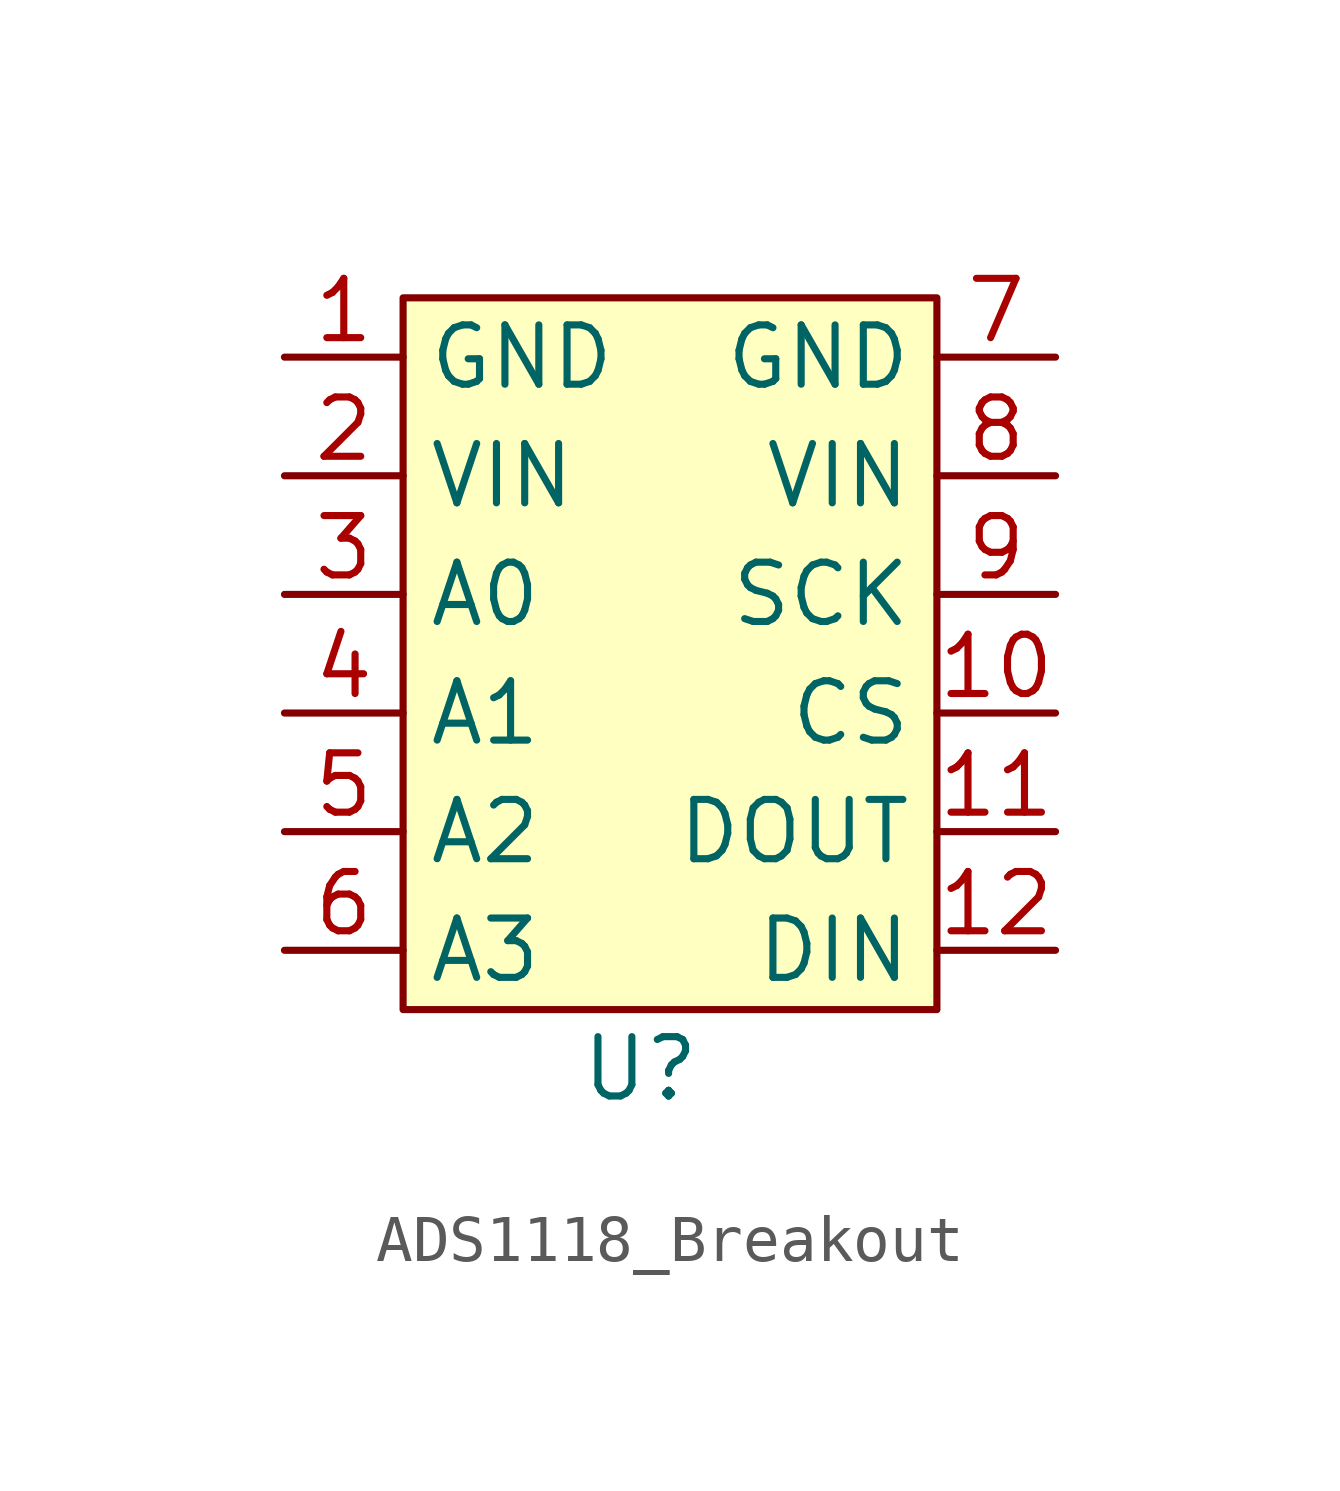
<source format=kicad_sym>
(kicad_symbol_lib
  (version 20231120)
  (generator "kicad_symbol_editor")
  (generator_version "8.0")
  (symbol "ADS1118_Breakout"
    (property "Reference" "U"
      (at 0 -8.89 0)
      (effects (font (size 1.27 1.27))))
    (property "Value" ""
      (at 0 -5.08 0)
      (effects (font (size 1.27 1.27))))
    (symbol "ADS1118_Breakout_1_1"
      (rectangle (start -5.08 7.62) (end 6.35 -7.62) (stroke (width 0) (type default)) (fill (type background)))
      (pin input line (at -7.62 6.35 0) (length 2.54) (name "GND" (effects (font (size 1.27 1.27)))) (number "1" (effects (font (size 1.27 1.27)))))
      (pin input line (at 8.89 -1.27 180) (length 2.54) (name "CS" (effects (font (size 1.27 1.27)))) (number "10" (effects (font (size 1.27 1.27)))))
      (pin input line (at 8.89 -3.81 180) (length 2.54) (name "DOUT" (effects (font (size 1.27 1.27)))) (number "11" (effects (font (size 1.27 1.27)))))
      (pin input line (at 8.89 -6.35 180) (length 2.54) (name "DIN" (effects (font (size 1.27 1.27)))) (number "12" (effects (font (size 1.27 1.27)))))
      (pin input line (at -7.62 3.81 0) (length 2.54) (name "VIN" (effects (font (size 1.27 1.27)))) (number "2" (effects (font (size 1.27 1.27)))))
      (pin input line (at -7.62 1.27 0) (length 2.54) (name "A0" (effects (font (size 1.27 1.27)))) (number "3" (effects (font (size 1.27 1.27)))))
      (pin input line (at -7.62 -1.27 0) (length 2.54) (name "A1" (effects (font (size 1.27 1.27)))) (number "4" (effects (font (size 1.27 1.27)))))
      (pin input line (at -7.62 -3.81 0) (length 2.54) (name "A2" (effects (font (size 1.27 1.27)))) (number "5" (effects (font (size 1.27 1.27)))))
      (pin input line (at -7.62 -6.35 0) (length 2.54) (name "A3" (effects (font (size 1.27 1.27)))) (number "6" (effects (font (size 1.27 1.27)))))
      (pin input line (at 8.89 6.35 180) (length 2.54) (name "GND" (effects (font (size 1.27 1.27)))) (number "7" (effects (font (size 1.27 1.27)))))
      (pin input line (at 8.89 3.81 180) (length 2.54) (name "VIN" (effects (font (size 1.27 1.27)))) (number "8" (effects (font (size 1.27 1.27)))))
      (pin input line (at 8.89 1.27 180) (length 2.54) (name "SCK" (effects (font (size 1.27 1.27)))) (number "9" (effects (font (size 1.27 1.27))))))))
</source>
